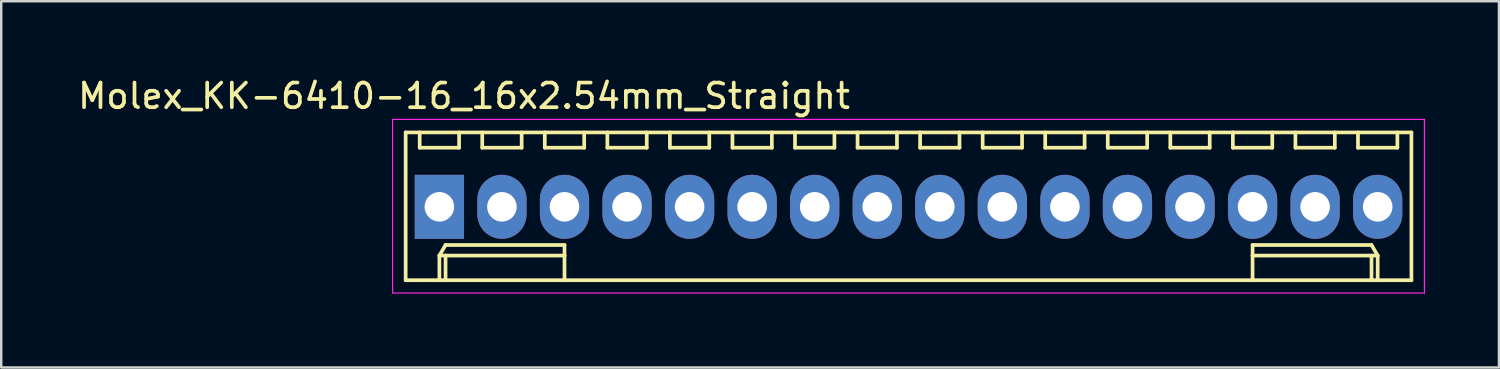
<source format=kicad_pcb>
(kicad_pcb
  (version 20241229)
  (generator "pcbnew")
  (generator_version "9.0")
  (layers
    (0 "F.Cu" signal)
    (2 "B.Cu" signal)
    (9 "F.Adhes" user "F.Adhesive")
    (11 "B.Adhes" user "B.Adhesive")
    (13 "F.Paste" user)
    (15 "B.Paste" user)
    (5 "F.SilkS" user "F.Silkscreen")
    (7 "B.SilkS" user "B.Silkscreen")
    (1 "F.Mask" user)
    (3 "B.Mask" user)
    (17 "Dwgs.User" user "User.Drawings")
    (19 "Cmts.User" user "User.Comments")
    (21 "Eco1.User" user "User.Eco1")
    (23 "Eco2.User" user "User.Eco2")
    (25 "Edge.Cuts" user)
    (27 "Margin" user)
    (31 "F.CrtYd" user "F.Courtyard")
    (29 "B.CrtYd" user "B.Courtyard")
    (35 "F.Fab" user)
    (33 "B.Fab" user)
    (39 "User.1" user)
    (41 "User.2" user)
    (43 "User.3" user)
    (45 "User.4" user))
  (footprint "Molex_KK-6410-16_16x2.54mm_Straight"
    (layer "F.Cu")
    (at 14.792 5.348)
    (property "Reference" "Molex_KK-6410-16_16x2.54mm_Straight" (at 1 -4.5 0) (layer "F.SilkS") (effects (font (size 1 1) (thickness 0.15))))
    (attr through_hole)
    (fp_line (start -1.37 -3.02) (end -1.37 2.98) (stroke (width 0.15) (type solid)) (layer "F.SilkS"))
    (fp_line (start -1.37 2.98) (end 39.47 2.98) (stroke (width 0.15) (type solid)) (layer "F.SilkS"))
    (fp_line (start -0.8 -3.02) (end -0.8 -2.4) (stroke (width 0.15) (type solid)) (layer "F.SilkS"))
    (fp_line (start -0.8 -2.4) (end 0.8 -2.4) (stroke (width 0.15) (type solid)) (layer "F.SilkS"))
    (fp_line (start 0 1.98) (end 0.25 1.55) (stroke (width 0.15) (type solid)) (layer "F.SilkS"))
    (fp_line (start 0 1.98) (end 5.08 1.98) (stroke (width 0.15) (type solid)) (layer "F.SilkS"))
    (fp_line (start 0 2.98) (end 0 1.98) (stroke (width 0.15) (type solid)) (layer "F.SilkS"))
    (fp_line (start 0.25 1.55) (end 5.08 1.55) (stroke (width 0.15) (type solid)) (layer "F.SilkS"))
    (fp_line (start 0.25 2.98) (end 0.25 1.98) (stroke (width 0.15) (type solid)) (layer "F.SilkS"))
    (fp_line (start 0.8 -2.4) (end 0.8 -3.02) (stroke (width 0.15) (type solid)) (layer "F.SilkS"))
    (fp_line (start 1.74 -3.02) (end 1.74 -2.4) (stroke (width 0.15) (type solid)) (layer "F.SilkS"))
    (fp_line (start 1.74 -2.4) (end 3.34 -2.4) (stroke (width 0.15) (type solid)) (layer "F.SilkS"))
    (fp_line (start 3.34 -2.4) (end 3.34 -3.02) (stroke (width 0.15) (type solid)) (layer "F.SilkS"))
    (fp_line (start 4.28 -3.02) (end 4.28 -2.4) (stroke (width 0.15) (type solid)) (layer "F.SilkS"))
    (fp_line (start 4.28 -2.4) (end 5.88 -2.4) (stroke (width 0.15) (type solid)) (layer "F.SilkS"))
    (fp_line (start 5.08 1.55) (end 5.08 1.98) (stroke (width 0.15) (type solid)) (layer "F.SilkS"))
    (fp_line (start 5.08 1.98) (end 5.08 2.98) (stroke (width 0.15) (type solid)) (layer "F.SilkS"))
    (fp_line (start 5.88 -2.4) (end 5.88 -3.02) (stroke (width 0.15) (type solid)) (layer "F.SilkS"))
    (fp_line (start 6.82 -3.02) (end 6.82 -2.4) (stroke (width 0.15) (type solid)) (layer "F.SilkS"))
    (fp_line (start 6.82 -2.4) (end 8.42 -2.4) (stroke (width 0.15) (type solid)) (layer "F.SilkS"))
    (fp_line (start 8.42 -2.4) (end 8.42 -3.02) (stroke (width 0.15) (type solid)) (layer "F.SilkS"))
    (fp_line (start 9.36 -3.02) (end 9.36 -2.4) (stroke (width 0.15) (type solid)) (layer "F.SilkS"))
    (fp_line (start 9.36 -2.4) (end 10.96 -2.4) (stroke (width 0.15) (type solid)) (layer "F.SilkS"))
    (fp_line (start 10.96 -2.4) (end 10.96 -3.02) (stroke (width 0.15) (type solid)) (layer "F.SilkS"))
    (fp_line (start 11.9 -3.02) (end 11.9 -2.4) (stroke (width 0.15) (type solid)) (layer "F.SilkS"))
    (fp_line (start 11.9 -2.4) (end 13.5 -2.4) (stroke (width 0.15) (type solid)) (layer "F.SilkS"))
    (fp_line (start 13.5 -2.4) (end 13.5 -3.02) (stroke (width 0.15) (type solid)) (layer "F.SilkS"))
    (fp_line (start 14.44 -3.02) (end 14.44 -2.4) (stroke (width 0.15) (type solid)) (layer "F.SilkS"))
    (fp_line (start 14.44 -2.4) (end 16.04 -2.4) (stroke (width 0.15) (type solid)) (layer "F.SilkS"))
    (fp_line (start 16.04 -2.4) (end 16.04 -3.02) (stroke (width 0.15) (type solid)) (layer "F.SilkS"))
    (fp_line (start 16.98 -3.02) (end 16.98 -2.4) (stroke (width 0.15) (type solid)) (layer "F.SilkS"))
    (fp_line (start 16.98 -2.4) (end 18.58 -2.4) (stroke (width 0.15) (type solid)) (layer "F.SilkS"))
    (fp_line (start 18.58 -2.4) (end 18.58 -3.02) (stroke (width 0.15) (type solid)) (layer "F.SilkS"))
    (fp_line (start 19.52 -3.02) (end 19.52 -2.4) (stroke (width 0.15) (type solid)) (layer "F.SilkS"))
    (fp_line (start 19.52 -2.4) (end 21.12 -2.4) (stroke (width 0.15) (type solid)) (layer "F.SilkS"))
    (fp_line (start 21.12 -2.4) (end 21.12 -3.02) (stroke (width 0.15) (type solid)) (layer "F.SilkS"))
    (fp_line (start 22.06 -3.02) (end 22.06 -2.4) (stroke (width 0.15) (type solid)) (layer "F.SilkS"))
    (fp_line (start 22.06 -2.4) (end 23.66 -2.4) (stroke (width 0.15) (type solid)) (layer "F.SilkS"))
    (fp_line (start 23.66 -2.4) (end 23.66 -3.02) (stroke (width 0.15) (type solid)) (layer "F.SilkS"))
    (fp_line (start 24.6 -3.02) (end 24.6 -2.4) (stroke (width 0.15) (type solid)) (layer "F.SilkS"))
    (fp_line (start 24.6 -2.4) (end 26.2 -2.4) (stroke (width 0.15) (type solid)) (layer "F.SilkS"))
    (fp_line (start 26.2 -2.4) (end 26.2 -3.02) (stroke (width 0.15) (type solid)) (layer "F.SilkS"))
    (fp_line (start 27.14 -3.02) (end 27.14 -2.4) (stroke (width 0.15) (type solid)) (layer "F.SilkS"))
    (fp_line (start 27.14 -2.4) (end 28.74 -2.4) (stroke (width 0.15) (type solid)) (layer "F.SilkS"))
    (fp_line (start 28.74 -2.4) (end 28.74 -3.02) (stroke (width 0.15) (type solid)) (layer "F.SilkS"))
    (fp_line (start 29.68 -3.02) (end 29.68 -2.4) (stroke (width 0.15) (type solid)) (layer "F.SilkS"))
    (fp_line (start 29.68 -2.4) (end 31.28 -2.4) (stroke (width 0.15) (type solid)) (layer "F.SilkS"))
    (fp_line (start 31.28 -2.4) (end 31.28 -3.02) (stroke (width 0.15) (type solid)) (layer "F.SilkS"))
    (fp_line (start 32.22 -3.02) (end 32.22 -2.4) (stroke (width 0.15) (type solid)) (layer "F.SilkS"))
    (fp_line (start 32.22 -2.4) (end 33.82 -2.4) (stroke (width 0.15) (type solid)) (layer "F.SilkS"))
    (fp_line (start 33.02 1.55) (end 33.02 1.98) (stroke (width 0.15) (type solid)) (layer "F.SilkS"))
    (fp_line (start 33.02 1.98) (end 33.02 2.98) (stroke (width 0.15) (type solid)) (layer "F.SilkS"))
    (fp_line (start 33.82 -2.4) (end 33.82 -3.02) (stroke (width 0.15) (type solid)) (layer "F.SilkS"))
    (fp_line (start 34.76 -3.02) (end 34.76 -2.4) (stroke (width 0.15) (type solid)) (layer "F.SilkS"))
    (fp_line (start 34.76 -2.4) (end 36.36 -2.4) (stroke (width 0.15) (type solid)) (layer "F.SilkS"))
    (fp_line (start 36.36 -2.4) (end 36.36 -3.02) (stroke (width 0.15) (type solid)) (layer "F.SilkS"))
    (fp_line (start 37.3 -3.02) (end 37.3 -2.4) (stroke (width 0.15) (type solid)) (layer "F.SilkS"))
    (fp_line (start 37.3 -2.4) (end 38.9 -2.4) (stroke (width 0.15) (type solid)) (layer "F.SilkS"))
    (fp_line (start 37.85 1.55) (end 33.02 1.55) (stroke (width 0.15) (type solid)) (layer "F.SilkS"))
    (fp_line (start 37.85 2.98) (end 37.85 1.98) (stroke (width 0.15) (type solid)) (layer "F.SilkS"))
    (fp_line (start 38.1 1.98) (end 33.02 1.98) (stroke (width 0.15) (type solid)) (layer "F.SilkS"))
    (fp_line (start 38.1 1.98) (end 37.85 1.55) (stroke (width 0.15) (type solid)) (layer "F.SilkS"))
    (fp_line (start 38.1 2.98) (end 38.1 1.98) (stroke (width 0.15) (type solid)) (layer "F.SilkS"))
    (fp_line (start 38.9 -2.4) (end 38.9 -3.02) (stroke (width 0.15) (type solid)) (layer "F.SilkS"))
    (fp_line (start 39.47 -3.02) (end -1.37 -3.02) (stroke (width 0.15) (type solid)) (layer "F.SilkS"))
    (fp_line (start 39.47 2.98) (end 39.47 -3.02) (stroke (width 0.15) (type solid)) (layer "F.SilkS"))
    (fp_line (start -1.9 -3.55) (end 40 -3.55) (stroke (width 0.05) (type solid)) (layer "F.CrtYd"))
    (fp_line (start -1.9 3.5) (end -1.9 -3.55) (stroke (width 0.05) (type solid)) (layer "F.CrtYd"))
    (fp_line (start 40 -3.55) (end 40 3.5) (stroke (width 0.05) (type solid)) (layer "F.CrtYd"))
    (fp_line (start 40 3.5) (end -1.9 3.5) (stroke (width 0.05) (type solid)) (layer "F.CrtYd"))
    (pad "1" thru_hole rect (at 0 0) (size 2 2.6) (drill 1.2) (layers "*.Cu" "*.Mask"))
    (pad "2" thru_hole oval (at 2.54 0) (size 2 2.6) (drill 1.2) (layers "*.Cu" "*.Mask"))
    (pad "3" thru_hole oval (at 5.08 0) (size 2 2.6) (drill 1.2) (layers "*.Cu" "*.Mask"))
    (pad "4" thru_hole oval (at 7.62 0) (size 2 2.6) (drill 1.2) (layers "*.Cu" "*.Mask"))
    (pad "5" thru_hole oval (at 10.16 0) (size 2 2.6) (drill 1.2) (layers "*.Cu" "*.Mask"))
    (pad "6" thru_hole oval (at 12.7 0) (size 2 2.6) (drill 1.2) (layers "*.Cu" "*.Mask"))
    (pad "7" thru_hole oval (at 15.24 0) (size 2 2.6) (drill 1.2) (layers "*.Cu" "*.Mask"))
    (pad "8" thru_hole oval (at 17.78 0) (size 2 2.6) (drill 1.2) (layers "*.Cu" "*.Mask"))
    (pad "9" thru_hole oval (at 20.32 0) (size 2 2.6) (drill 1.2) (layers "*.Cu" "*.Mask"))
    (pad "10" thru_hole oval (at 22.86 0) (size 2 2.6) (drill 1.2) (layers "*.Cu" "*.Mask"))
    (pad "11" thru_hole oval (at 25.4 0) (size 2 2.6) (drill 1.2) (layers "*.Cu" "*.Mask"))
    (pad "12" thru_hole oval (at 27.94 0) (size 2 2.6) (drill 1.2) (layers "*.Cu" "*.Mask"))
    (pad "13" thru_hole oval (at 30.48 0) (size 2 2.6) (drill 1.2) (layers "*.Cu" "*.Mask"))
    (pad "14" thru_hole oval (at 33.02 0) (size 2 2.6) (drill 1.2) (layers "*.Cu" "*.Mask"))
    (pad "15" thru_hole oval (at 35.56 0) (size 2 2.6) (drill 1.2) (layers "*.Cu" "*.Mask"))
    (pad "16" thru_hole oval (at 38.1 0) (size 2 2.6) (drill 1.2) (layers "*.Cu" "*.Mask")))
  (gr_rect
    (start -3 -3)
    (end 57.817 11.873)
    (stroke (width 0.1) (type default))
    (fill no)
    (layer "Edge.Cuts")))
</source>
